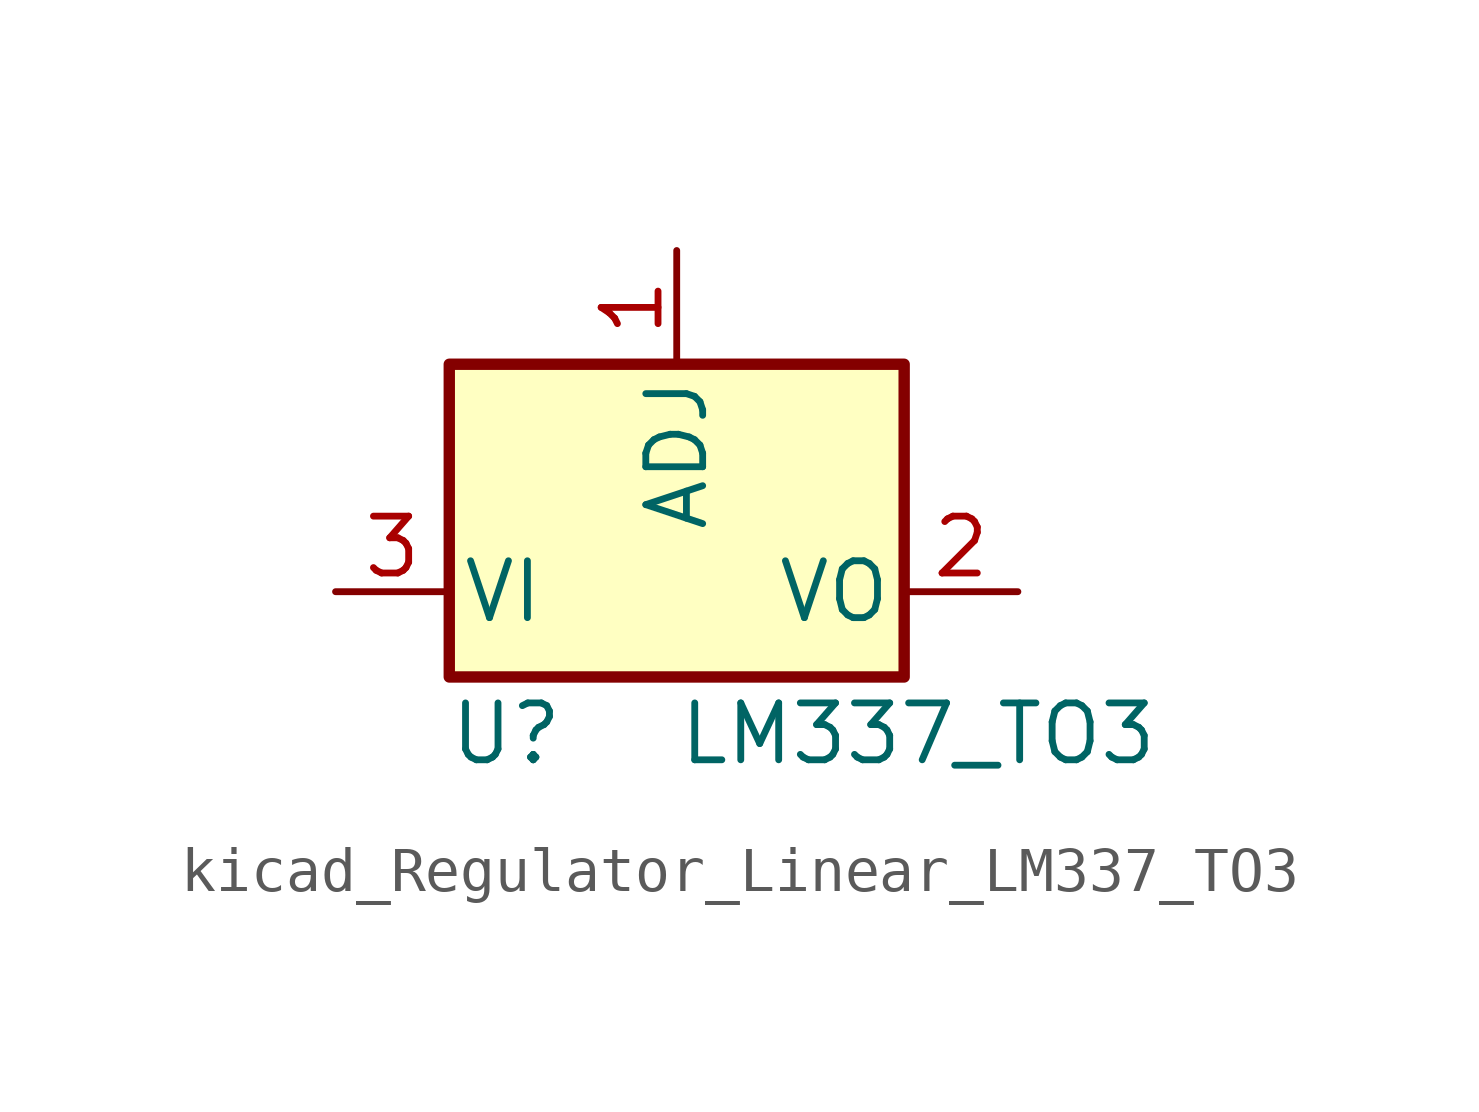
<source format=kicad_sym>
(kicad_symbol_lib
  (version 20220914)
  (generator kicad_symbol_editor)
  (symbol "kicad_Regulator_Linear_LM337_TO3"
    (pin_names
      (offset 0.254))
    (property "Reference" "U"
      (at -3.81 -3.175 0)
      (effects (font (size 1.27 1.27))))
    (property "Value" "LM337_TO3"
      (at 0 -3.175 0)
      (effects (font (size 1.27 1.27)) (justify left)))
    (symbol "kicad_Regulator_Linear_LM337_TO3_0_1"
      (rectangle (start -5.08 5.08) (end 5.08 -1.905) (stroke (width 0.254) (type default)) (fill (type background))))
    (symbol "kicad_Regulator_Linear_LM337_TO3_1_1"
      (pin input line (at 0 7.62 270) (length 2.54) (name "ADJ" (effects (font (size 1.27 1.27)))) (number "1" (effects (font (size 1.27 1.27)))))
      (pin power_out line (at 7.62 0 180) (length 2.54) (name "VO" (effects (font (size 1.27 1.27)))) (number "2" (effects (font (size 1.27 1.27)))))
      (pin power_in line (at -7.62 0 0) (length 2.54) (name "VI" (effects (font (size 1.27 1.27)))) (number "3" (effects (font (size 1.27 1.27))))))))
</source>
